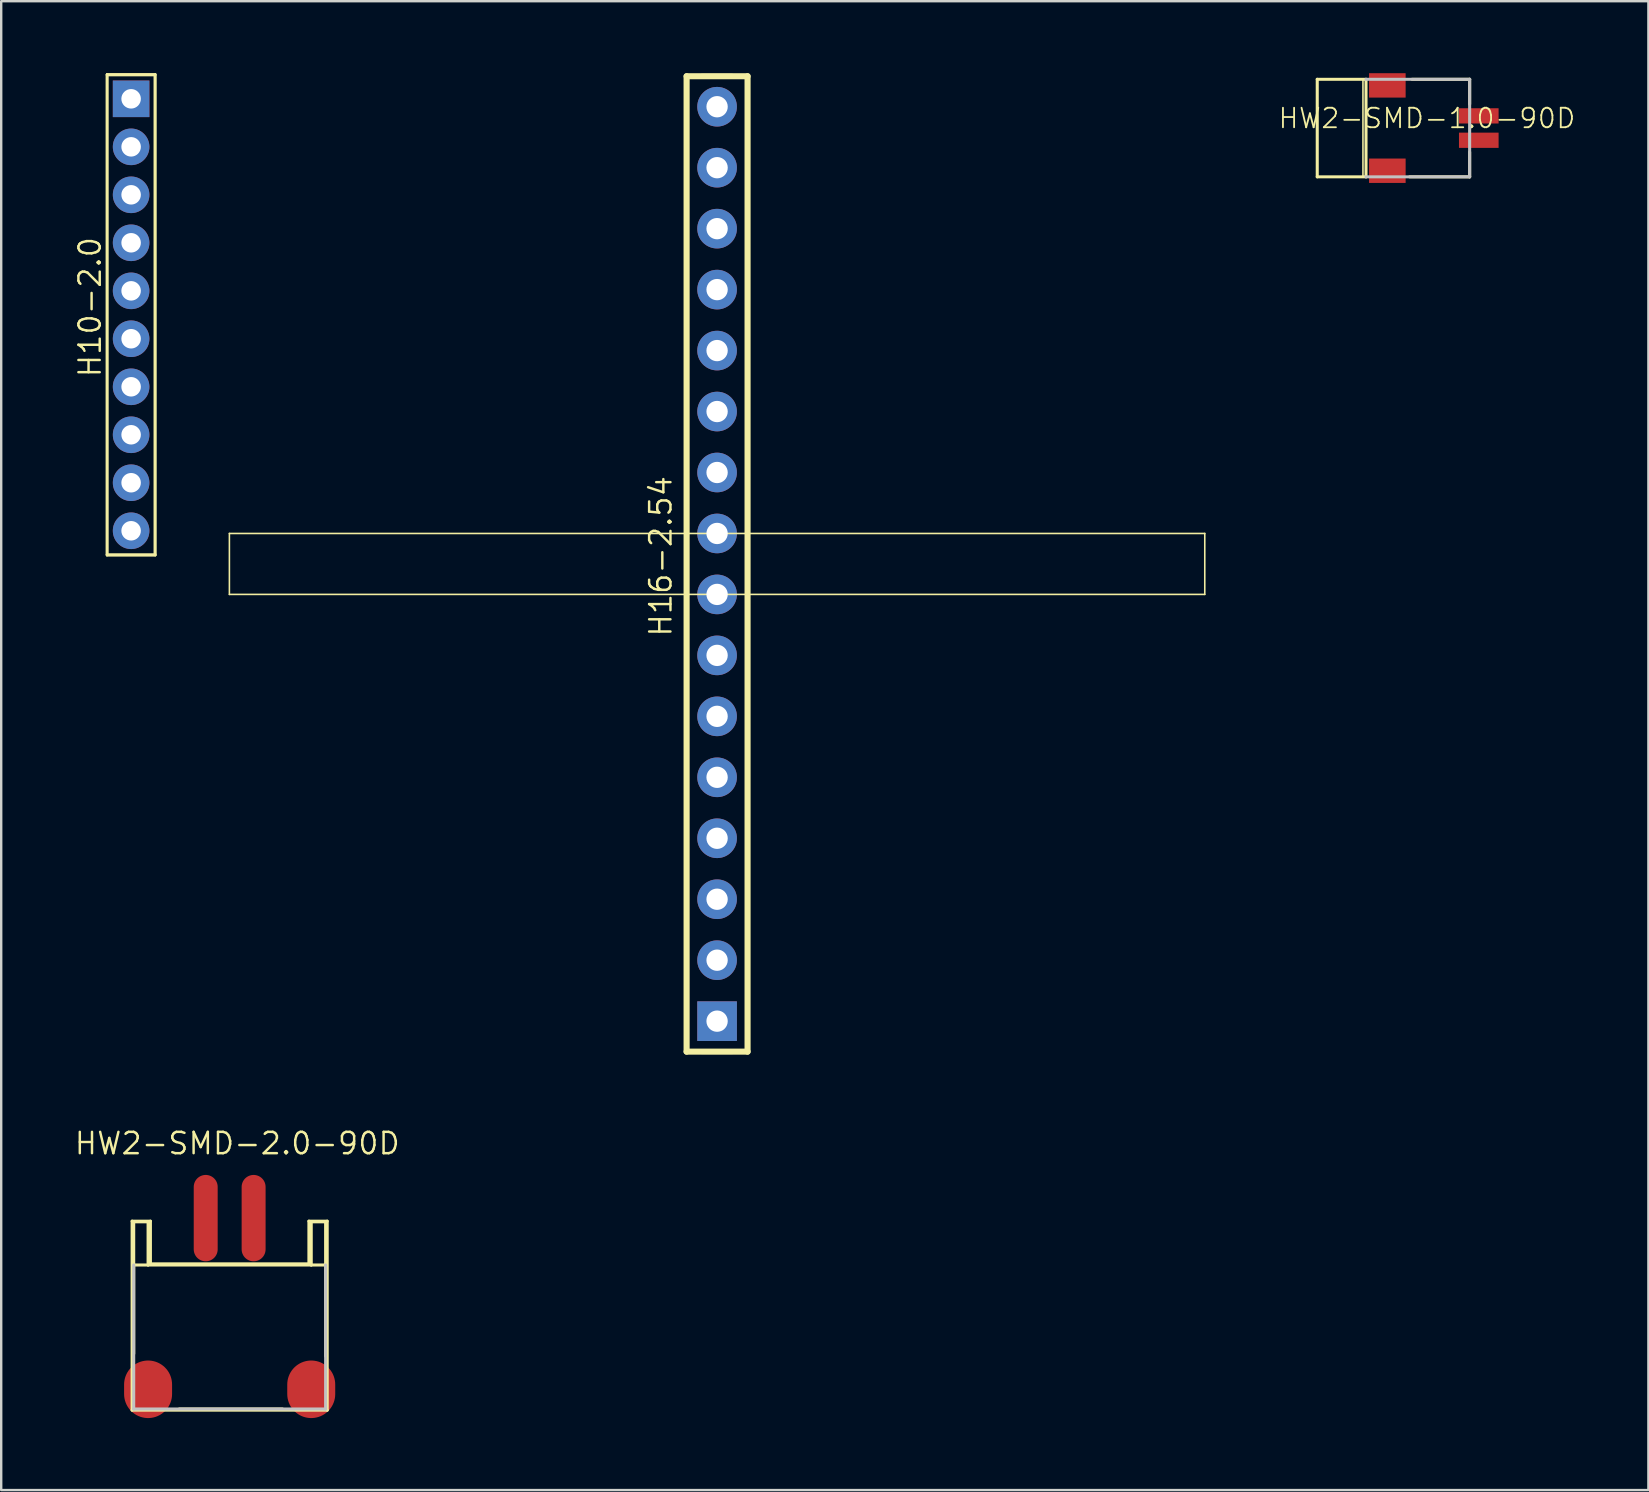
<source format=kicad_pcb>
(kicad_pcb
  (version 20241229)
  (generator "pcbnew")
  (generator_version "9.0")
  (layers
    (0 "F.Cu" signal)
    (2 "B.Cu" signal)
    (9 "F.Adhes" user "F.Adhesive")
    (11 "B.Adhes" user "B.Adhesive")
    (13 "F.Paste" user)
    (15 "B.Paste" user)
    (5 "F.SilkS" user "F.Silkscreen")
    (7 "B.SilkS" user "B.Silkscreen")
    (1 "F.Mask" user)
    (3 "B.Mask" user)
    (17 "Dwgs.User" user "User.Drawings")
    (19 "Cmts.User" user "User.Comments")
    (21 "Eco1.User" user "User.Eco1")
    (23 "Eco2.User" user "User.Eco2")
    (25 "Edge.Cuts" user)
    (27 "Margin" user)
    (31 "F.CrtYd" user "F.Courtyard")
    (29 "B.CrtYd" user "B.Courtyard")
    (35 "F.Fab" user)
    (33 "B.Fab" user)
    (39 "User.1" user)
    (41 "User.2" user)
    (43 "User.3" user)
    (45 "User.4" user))
  (footprint "HW2-SMD-2.0-90D"
    (layer "F.Cu")
    (at 6.519 52.657)
    (property "Reference" "HW2-SMD-2.0-90D" (at 0.318 -8.065 0) (layer "F.SilkS") (effects (font (size 0.889 0.889) (thickness 0.102))))
    (attr smd)
    (fp_line (start -4.064 -4.826) (end -3.302 -4.826) (stroke (width 0.127) (type solid)) (layer "F.SilkS"))
    (fp_line (start -4.064 3.048) (end -4.064 -4.826) (stroke (width 0.127) (type solid)) (layer "F.SilkS"))
    (fp_line (start -3.998 -4.798) (end -3.399 -4.798) (stroke (width 0.127) (type solid)) (layer "F.SilkS"))
    (fp_line (start -3.998 -3) (end -3.998 -4.798) (stroke (width 0.127) (type solid)) (layer "F.SilkS"))
    (fp_line (start -3.998 -3) (end -3.998 0.699) (stroke (width 0.127) (type solid)) (layer "F.SilkS"))
    (fp_line (start -3.998 -3) (end -3.399 -3) (stroke (width 0.127) (type solid)) (layer "F.SilkS"))
    (fp_line (start -3.399 -4.798) (end -3.399 -3) (stroke (width 0.127) (type solid)) (layer "F.SilkS"))
    (fp_line (start -3.399 -3) (end 3.399 -3) (stroke (width 0.127) (type solid)) (layer "F.SilkS"))
    (fp_line (start -3.302 -4.826) (end -3.302 -3.048) (stroke (width 0.127) (type solid)) (layer "F.SilkS"))
    (fp_line (start -3.302 -3.048) (end 3.302 -3.048) (stroke (width 0.127) (type solid)) (layer "F.SilkS"))
    (fp_line (start -2.098 3) (end 2.2 3) (stroke (width 0.127) (type solid)) (layer "F.SilkS"))
    (fp_line (start 3.302 -4.826) (end 4.064 -4.826) (stroke (width 0.127) (type solid)) (layer "F.SilkS"))
    (fp_line (start 3.302 -3.048) (end 3.302 -4.826) (stroke (width 0.127) (type solid)) (layer "F.SilkS"))
    (fp_line (start 3.399 -4.798) (end 3.998 -4.798) (stroke (width 0.127) (type solid)) (layer "F.SilkS"))
    (fp_line (start 3.399 -3) (end 3.399 -4.798) (stroke (width 0.127) (type solid)) (layer "F.SilkS"))
    (fp_line (start 3.399 -3) (end 3.998 -3) (stroke (width 0.127) (type solid)) (layer "F.SilkS"))
    (fp_line (start 3.998 -4.798) (end 3.998 -3) (stroke (width 0.127) (type solid)) (layer "F.SilkS"))
    (fp_line (start 3.998 -3) (end 3.998 0.798) (stroke (width 0.127) (type solid)) (layer "F.SilkS"))
    (fp_line (start 4.064 -4.826) (end 4.064 3.048) (stroke (width 0.127) (type solid)) (layer "F.SilkS"))
    (fp_line (start 4.064 3.048) (end -4.064 3.048) (stroke (width 0.127) (type solid)) (layer "F.SilkS"))
    (fp_line (start -3.998 3) (end -3.998 -3) (stroke (width 0.127) (type solid)) (layer "Dwgs.User"))
    (fp_line (start 3.998 -3) (end 3.998 3) (stroke (width 0.127) (type solid)) (layer "Dwgs.User"))
    (fp_line (start 3.998 3) (end -3.998 3) (stroke (width 0.127) (type solid)) (layer "Dwgs.User"))
    (pad "+" smd oval (at -0.998 -4.953 90) (size 3.599 0.998) (layers "F.Cu" "F.Mask" "F.Paste"))
    (pad "-" smd oval (at 0.998 -4.953 90) (size 3.599 0.998) (layers "F.Cu" "F.Mask" "F.Paste"))
    (pad "3" smd oval (at 3.399 2.179 90) (size 2.398 1.999) (layers "F.Cu" "F.Mask" "F.Paste"))
    (pad "4" smd oval (at -3.399 2.179 90) (size 2.398 1.999) (layers "F.Cu" "F.Mask" "F.Paste")))
  (footprint "HW2-SMD-1.0-90D"
    (layer "F.Cu")
    (at 58.184 2.286)
    (property "Reference" "HW2-SMD-1.0-90D" (at -1.778 -0.406 0) (layer "F.SilkS") (effects (font (size 0.813 0.813) (thickness 0.076))))
    (attr smd)
    (fp_line (start -6.35 -2.032) (end -6.35 2.032) (stroke (width 0.127) (type solid)) (layer "F.SilkS"))
    (fp_line (start -6.35 2.032) (end -4.318 2.032) (stroke (width 0.127) (type solid)) (layer "F.SilkS"))
    (fp_line (start -4.445 -2.032) (end 0 -2.032) (stroke (width 0.066) (type solid)) (layer "F.SilkS"))
    (fp_line (start -4.445 2.032) (end -4.445 -2.032) (stroke (width 0.066) (type solid)) (layer "F.SilkS"))
    (fp_line (start -4.445 2.032) (end 0 2.032) (stroke (width 0.066) (type solid)) (layer "F.SilkS"))
    (fp_line (start -4.318 -2.032) (end -6.35 -2.032) (stroke (width 0.127) (type solid)) (layer "F.SilkS"))
    (fp_line (start -4.318 2.032) (end -4.318 -2.032) (stroke (width 0.127) (type solid)) (layer "F.SilkS"))
    (fp_line (start -2.499 2.032) (end 0 2.032) (stroke (width 0.127) (type solid)) (layer "F.SilkS"))
    (fp_line (start -2.398 -2.032) (end 0 -2.032) (stroke (width 0.127) (type solid)) (layer "F.SilkS"))
    (fp_line (start 0 -2.032) (end 0 -0.998) (stroke (width 0.127) (type solid)) (layer "F.SilkS"))
    (fp_line (start 0 2.032) (end 0 -2.032) (stroke (width 0.066) (type solid)) (layer "F.SilkS"))
    (fp_line (start 0 2.032) (end 0 0.998) (stroke (width 0.127) (type solid)) (layer "F.SilkS"))
    (fp_line (start -4.318 -2.032) (end 0 -2.032) (stroke (width 0.127) (type solid)) (layer "Dwgs.User"))
    (fp_line (start 0 -2.032) (end 0 2.032) (stroke (width 0.127) (type solid)) (layer "Dwgs.User"))
    (fp_line (start 0 2.032) (end -4.318 2.032) (stroke (width 0.127) (type solid)) (layer "Dwgs.User"))
    (pad "+" smd rect (at 0.381 -0.508) (size 1.651 0.635) (layers "F.Cu" "F.Mask" "F.Paste"))
    (pad "-" smd rect (at 0.381 0.508) (size 1.651 0.635) (layers "F.Cu" "F.Mask" "F.Paste"))
    (pad "3" smd rect (at -3.429 -1.778) (size 1.524 1.016) (layers "F.Cu" "F.Mask" "F.Paste"))
    (pad "4" smd rect (at -3.429 1.778) (size 1.524 1.016) (layers "F.Cu" "F.Mask" "F.Paste")))
  (footprint "H16-2.54"
    (layer "F.Cu")
    (at 26.828 20.447)
    (property "Reference" "H16-2.54" (at -2.349 -0.318 90) (layer "F.SilkS") (effects (font (size 0.889 0.889) (thickness 0.102))))
    (attr exclude_from_pos_files exclude_from_bom)
    (fp_line (start -20.32 -1.27) (end 20.32 -1.27) (stroke (width 0.066) (type solid)) (layer "F.SilkS"))
    (fp_line (start -20.32 1.27) (end -20.32 -1.27) (stroke (width 0.066) (type solid)) (layer "F.SilkS"))
    (fp_line (start -20.32 1.27) (end 20.32 1.27) (stroke (width 0.066) (type solid)) (layer "F.SilkS"))
    (fp_line (start -1.27 20.32) (end -1.27 -20.32) (stroke (width 0.254) (type solid)) (layer "F.SilkS"))
    (fp_line (start -1.27 20.32) (end 1.27 20.32) (stroke (width 0.254) (type solid)) (layer "F.SilkS"))
    (fp_line (start -0.635 -20.32) (end 0.635 -20.32) (stroke (width 0.203) (type solid)) (layer "F.SilkS"))
    (fp_line (start -0.635 20.32) (end 0.635 20.32) (stroke (width 0.203) (type solid)) (layer "F.SilkS"))
    (fp_line (start 1.27 -20.32) (end -1.27 -20.32) (stroke (width 0.254) (type solid)) (layer "F.SilkS"))
    (fp_line (start 1.27 -20.32) (end 1.27 20.32) (stroke (width 0.254) (type solid)) (layer "F.SilkS"))
    (fp_line (start 20.32 1.27) (end 20.32 -1.27) (stroke (width 0.066) (type solid)) (layer "F.SilkS"))
    (pad "1" thru_hole rect (at 0 19.05) (size 1.651 1.651) (drill 0.889) (layers "*.Cu" "*.Paste" "*.Mask"))
    (pad "2" thru_hole circle (at 0 16.51) (size 1.651 1.651) (drill 0.889) (layers "*.Cu" "*.Paste" "*.Mask"))
    (pad "3" thru_hole circle (at 0 13.97) (size 1.651 1.651) (drill 0.889) (layers "*.Cu" "*.Paste" "*.Mask"))
    (pad "4" thru_hole circle (at 0 11.43) (size 1.651 1.651) (drill 0.889) (layers "*.Cu" "*.Paste" "*.Mask"))
    (pad "5" thru_hole circle (at 0 8.89) (size 1.651 1.651) (drill 0.889) (layers "*.Cu" "*.Paste" "*.Mask"))
    (pad "6" thru_hole circle (at 0 6.35) (size 1.651 1.651) (drill 0.889) (layers "*.Cu" "*.Paste" "*.Mask"))
    (pad "7" thru_hole circle (at 0 3.81) (size 1.651 1.651) (drill 0.889) (layers "*.Cu" "*.Paste" "*.Mask"))
    (pad "8" thru_hole circle (at 0 1.27) (size 1.651 1.651) (drill 0.889) (layers "*.Cu" "*.Paste" "*.Mask"))
    (pad "9" thru_hole circle (at 0 -1.27) (size 1.651 1.651) (drill 0.889) (layers "*.Cu" "*.Paste" "*.Mask"))
    (pad "10" thru_hole circle (at 0 -3.81) (size 1.651 1.651) (drill 0.889) (layers "*.Cu" "*.Paste" "*.Mask"))
    (pad "11" thru_hole circle (at 0 -6.35) (size 1.651 1.651) (drill 0.889) (layers "*.Cu" "*.Paste" "*.Mask"))
    (pad "12" thru_hole circle (at 0 -8.89) (size 1.651 1.651) (drill 0.889) (layers "*.Cu" "*.Paste" "*.Mask"))
    (pad "13" thru_hole circle (at 0 -11.43) (size 1.651 1.651) (drill 0.889) (layers "*.Cu" "*.Paste" "*.Mask"))
    (pad "14" thru_hole circle (at 0 -13.97) (size 1.651 1.651) (drill 0.889) (layers "*.Cu" "*.Paste" "*.Mask"))
    (pad "15" thru_hole circle (at 0 -16.51) (size 1.651 1.651) (drill 0.889) (layers "*.Cu" "*.Paste" "*.Mask"))
    (pad "16" thru_hole circle (at 0 -19.05) (size 1.651 1.651) (drill 0.889) (layers "*.Cu" "*.Paste" "*.Mask")))
  (footprint "H10-2.0"
    (layer "F.Cu")
    (at 2.413 10.066)
    (property "Reference" "H10-2.0" (at -1.714 -0.318 90) (layer "F.SilkS") (effects (font (size 0.889 0.889) (thickness 0.102))))
    (attr exclude_from_pos_files exclude_from_bom)
    (fp_line (start -1.016 -10.033) (end 1.016 -10.033) (stroke (width 0.066) (type solid)) (layer "F.SilkS"))
    (fp_line (start -1.016 10.033) (end -1.016 -10.033) (stroke (width 0.066) (type solid)) (layer "F.SilkS"))
    (fp_line (start -1.016 10.033) (end 1.016 10.033) (stroke (width 0.066) (type solid)) (layer "F.SilkS"))
    (fp_line (start -0.998 -10) (end 0.998 -10) (stroke (width 0.127) (type solid)) (layer "F.SilkS"))
    (fp_line (start -0.998 10) (end -0.998 -10) (stroke (width 0.127) (type solid)) (layer "F.SilkS"))
    (fp_line (start 0.998 -10) (end 0.998 10) (stroke (width 0.127) (type solid)) (layer "F.SilkS"))
    (fp_line (start 0.998 10) (end -0.998 10) (stroke (width 0.127) (type solid)) (layer "F.SilkS"))
    (fp_line (start 1.016 10.033) (end 1.016 -10.033) (stroke (width 0.066) (type solid)) (layer "F.SilkS"))
    (pad "1" thru_hole rect (at 0 -8.999) (size 1.524 1.524) (drill 0.813) (layers "*.Cu" "*.Paste" "*.Mask"))
    (pad "2" thru_hole circle (at 0 -6.998) (size 1.524 1.524) (drill 0.813) (layers "*.Cu" "*.Paste" "*.Mask"))
    (pad "3" thru_hole circle (at 0 -4.999) (size 1.524 1.524) (drill 0.813) (layers "*.Cu" "*.Paste" "*.Mask"))
    (pad "4" thru_hole circle (at 0 -3) (size 1.524 1.524) (drill 0.813) (layers "*.Cu" "*.Paste" "*.Mask"))
    (pad "5" thru_hole circle (at 0 -0.998) (size 1.524 1.524) (drill 0.813) (layers "*.Cu" "*.Paste" "*.Mask"))
    (pad "6" thru_hole circle (at 0 0.998) (size 1.524 1.524) (drill 0.813) (layers "*.Cu" "*.Paste" "*.Mask"))
    (pad "7" thru_hole circle (at 0 3) (size 1.524 1.524) (drill 0.813) (layers "*.Cu" "*.Paste" "*.Mask"))
    (pad "8" thru_hole circle (at 0 4.999) (size 1.524 1.524) (drill 0.813) (layers "*.Cu" "*.Paste" "*.Mask"))
    (pad "9" thru_hole circle (at 0 6.998) (size 1.524 1.524) (drill 0.813) (layers "*.Cu" "*.Paste" "*.Mask"))
    (pad "10" thru_hole circle (at 0 8.999) (size 1.524 1.524) (drill 0.813) (layers "*.Cu" "*.Paste" "*.Mask")))
  (gr_rect
    (start -3 -3)
    (end 65.632 59.035)
    (stroke (width 0.1) (type default))
    (fill no)
    (layer "Edge.Cuts")))
</source>
